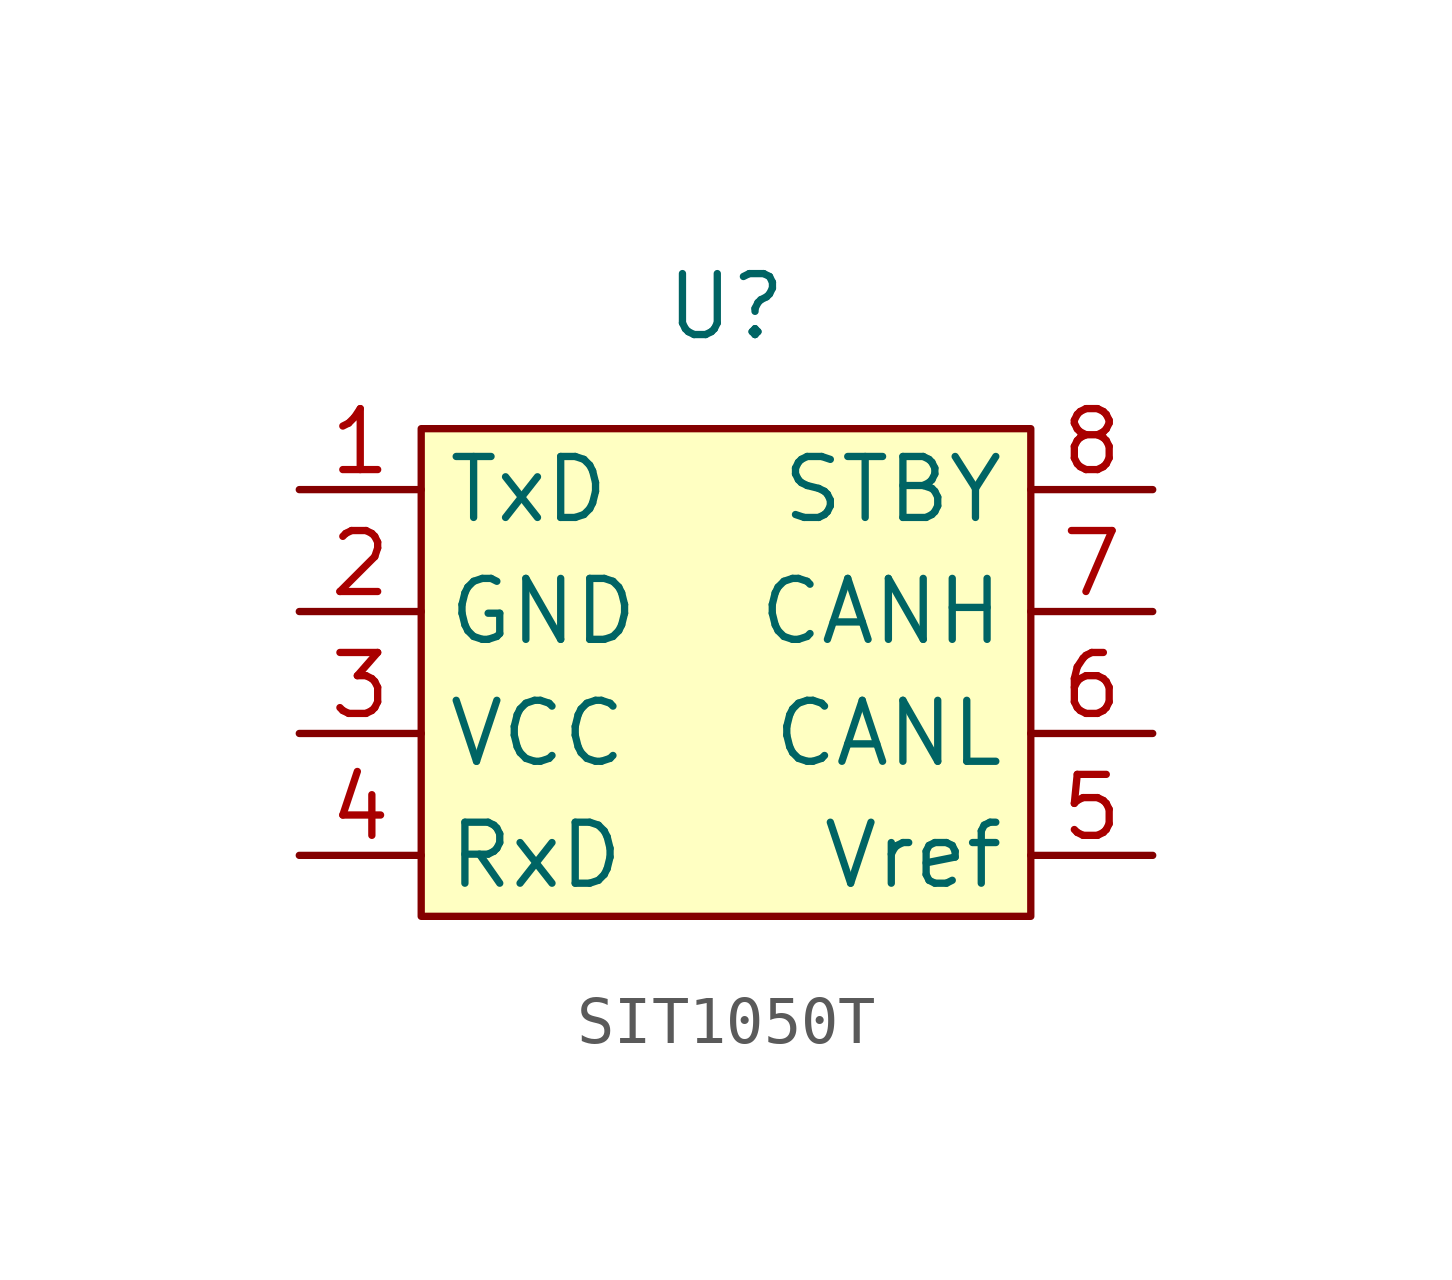
<source format=kicad_sym>
(kicad_symbol_lib
  (version 20241209)
  (generator "kicad_symbol_editor")
  (generator_version "9.0")
  (symbol "SIT1050T"
    (property "Reference" "U"
      (at 0 7.62 0)
      (effects (font (size 1.27 1.27))))
    (property "Value" ""
      (at 0 0 0)
      (effects (font (size 1.27 1.27))))
    (symbol "SIT1050T_1_1"
      (rectangle (start -6.35 5.08) (end 6.35 -5.08) (stroke (width 0) (type solid)) (fill (type background)))
      (pin output line (at -8.89 3.81 0) (length 2.54) (name "TxD" (effects (font (size 1.27 1.27)))) (number "1" (effects (font (size 1.27 1.27)))))
      (pin power_in line (at -8.89 1.27 0) (length 2.54) (name "GND" (effects (font (size 1.27 1.27)))) (number "2" (effects (font (size 1.27 1.27)))))
      (pin power_in line (at -8.89 -1.27 0) (length 2.54) (name "VCC" (effects (font (size 1.27 1.27)))) (number "3" (effects (font (size 1.27 1.27)))))
      (pin input line (at -8.89 -3.81 0) (length 2.54) (name "RxD" (effects (font (size 1.27 1.27)))) (number "4" (effects (font (size 1.27 1.27)))))
      (pin input line (at 8.89 3.81 180) (length 2.54) (name "STBY" (effects (font (size 1.27 1.27)))) (number "8" (effects (font (size 1.27 1.27)))))
      (pin bidirectional line (at 8.89 1.27 180) (length 2.54) (name "CANH" (effects (font (size 1.27 1.27)))) (number "7" (effects (font (size 1.27 1.27)))))
      (pin bidirectional line (at 8.89 -1.27 180) (length 2.54) (name "CANL" (effects (font (size 1.27 1.27)))) (number "6" (effects (font (size 1.27 1.27)))))
      (pin input line (at 8.89 -3.81 180) (length 2.54) (name "Vref" (effects (font (size 1.27 1.27)))) (number "5" (effects (font (size 1.27 1.27))))))))
</source>
